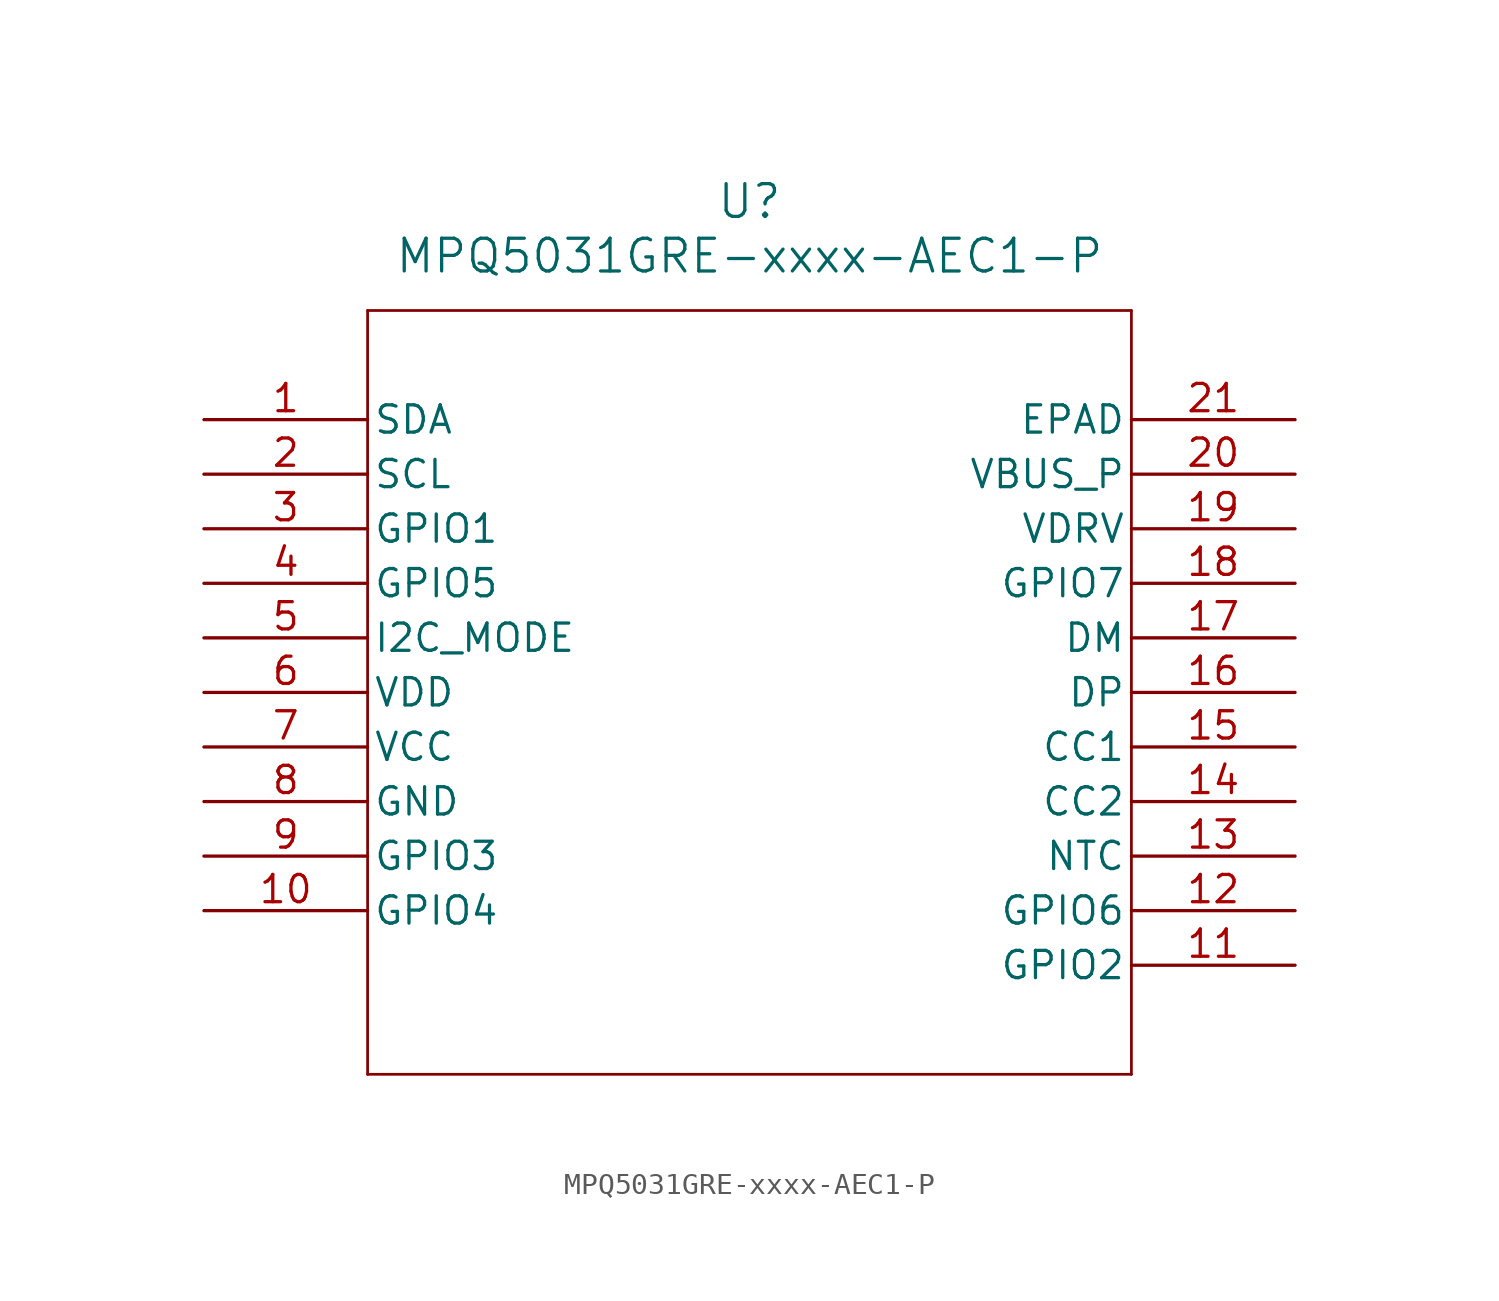
<source format=kicad_sym>
(kicad_symbol_lib
  (version 20241209)
  (generator "kicad_symbol_editor")
  (generator_version "9.0")
  (symbol "MPQ5031GRE-xxxx-AEC1-P"
    (pin_names
      (offset 0.254))
    (property "Reference" "U"
      (at 25.4 10.16 0)
      (effects (font (size 1.524 1.524))))
    (property "Value" "MPQ5031GRE-xxxx-AEC1-P"
      (at 25.4 7.62 0)
      (effects (font (size 1.524 1.524))))
    (property "ki_locked" ""
      (at 0 0 0)
      (effects (font (size 1.27 1.27))))
    (symbol "MPQ5031GRE-xxxx-AEC1-P_0_1"
      (polyline (pts (xy 7.62 5.08) (xy 7.62 -30.48)) (stroke (width 0.127) (type default)) (fill (type none)))
      (polyline (pts (xy 7.62 -30.48) (xy 43.18 -30.48)) (stroke (width 0.127) (type default)) (fill (type none)))
      (polyline (pts (xy 43.18 5.08) (xy 7.62 5.08)) (stroke (width 0.127) (type default)) (fill (type none)))
      (polyline (pts (xy 43.18 -30.48) (xy 43.18 5.08)) (stroke (width 0.127) (type default)) (fill (type none)))
      (pin bidirectional line (at 0 0 0) (length 7.62) (name "SDA" (effects (font (size 1.27 1.27)))) (number "1" (effects (font (size 1.27 1.27)))))
      (pin bidirectional line (at 0 -2.54 0) (length 7.62) (name "SCL" (effects (font (size 1.27 1.27)))) (number "2" (effects (font (size 1.27 1.27)))))
      (pin bidirectional line (at 0 -5.08 0) (length 7.62) (name "GPIO1" (effects (font (size 1.27 1.27)))) (number "3" (effects (font (size 1.27 1.27)))))
      (pin bidirectional line (at 0 -7.62 0) (length 7.62) (name "GPIO5" (effects (font (size 1.27 1.27)))) (number "4" (effects (font (size 1.27 1.27)))))
      (pin input line (at 0 -10.16 0) (length 7.62) (name "I2C_MODE" (effects (font (size 1.27 1.27)))) (number "5" (effects (font (size 1.27 1.27)))))
      (pin power_in line (at 0 -12.7 0) (length 7.62) (name "VDD" (effects (font (size 1.27 1.27)))) (number "6" (effects (font (size 1.27 1.27)))))
      (pin power_in line (at 0 -15.24 0) (length 7.62) (name "VCC" (effects (font (size 1.27 1.27)))) (number "7" (effects (font (size 1.27 1.27)))))
      (pin power_in line (at 0 -17.78 0) (length 7.62) (name "GND" (effects (font (size 1.27 1.27)))) (number "8" (effects (font (size 1.27 1.27)))))
      (pin bidirectional line (at 0 -20.32 0) (length 7.62) (name "GPIO3" (effects (font (size 1.27 1.27)))) (number "9" (effects (font (size 1.27 1.27)))))
      (pin bidirectional line (at 0 -22.86 0) (length 7.62) (name "GPIO4" (effects (font (size 1.27 1.27)))) (number "10" (effects (font (size 1.27 1.27)))))
      (pin power_in line (at 50.8 0 180) (length 7.62) (name "EPAD" (effects (font (size 1.27 1.27)))) (number "21" (effects (font (size 1.27 1.27)))))
      (pin input line (at 50.8 -2.54 180) (length 7.62) (name "VBUS_P" (effects (font (size 1.27 1.27)))) (number "20" (effects (font (size 1.27 1.27)))))
      (pin power_in line (at 50.8 -5.08 180) (length 7.62) (name "VDRV" (effects (font (size 1.27 1.27)))) (number "19" (effects (font (size 1.27 1.27)))))
      (pin bidirectional line (at 50.8 -7.62 180) (length 7.62) (name "GPIO7" (effects (font (size 1.27 1.27)))) (number "18" (effects (font (size 1.27 1.27)))))
      (pin bidirectional line (at 50.8 -10.16 180) (length 7.62) (name "DM" (effects (font (size 1.27 1.27)))) (number "17" (effects (font (size 1.27 1.27)))))
      (pin bidirectional line (at 50.8 -12.7 180) (length 7.62) (name "DP" (effects (font (size 1.27 1.27)))) (number "16" (effects (font (size 1.27 1.27)))))
      (pin bidirectional line (at 50.8 -15.24 180) (length 7.62) (name "CC1" (effects (font (size 1.27 1.27)))) (number "15" (effects (font (size 1.27 1.27)))))
      (pin bidirectional line (at 50.8 -17.78 180) (length 7.62) (name "CC2" (effects (font (size 1.27 1.27)))) (number "14" (effects (font (size 1.27 1.27)))))
      (pin input line (at 50.8 -20.32 180) (length 7.62) (name "NTC" (effects (font (size 1.27 1.27)))) (number "13" (effects (font (size 1.27 1.27)))))
      (pin bidirectional line (at 50.8 -22.86 180) (length 7.62) (name "GPIO6" (effects (font (size 1.27 1.27)))) (number "12" (effects (font (size 1.27 1.27)))))
      (pin bidirectional line (at 50.8 -25.4 180) (length 7.62) (name "GPIO2" (effects (font (size 1.27 1.27)))) (number "11" (effects (font (size 1.27 1.27))))))))
</source>
